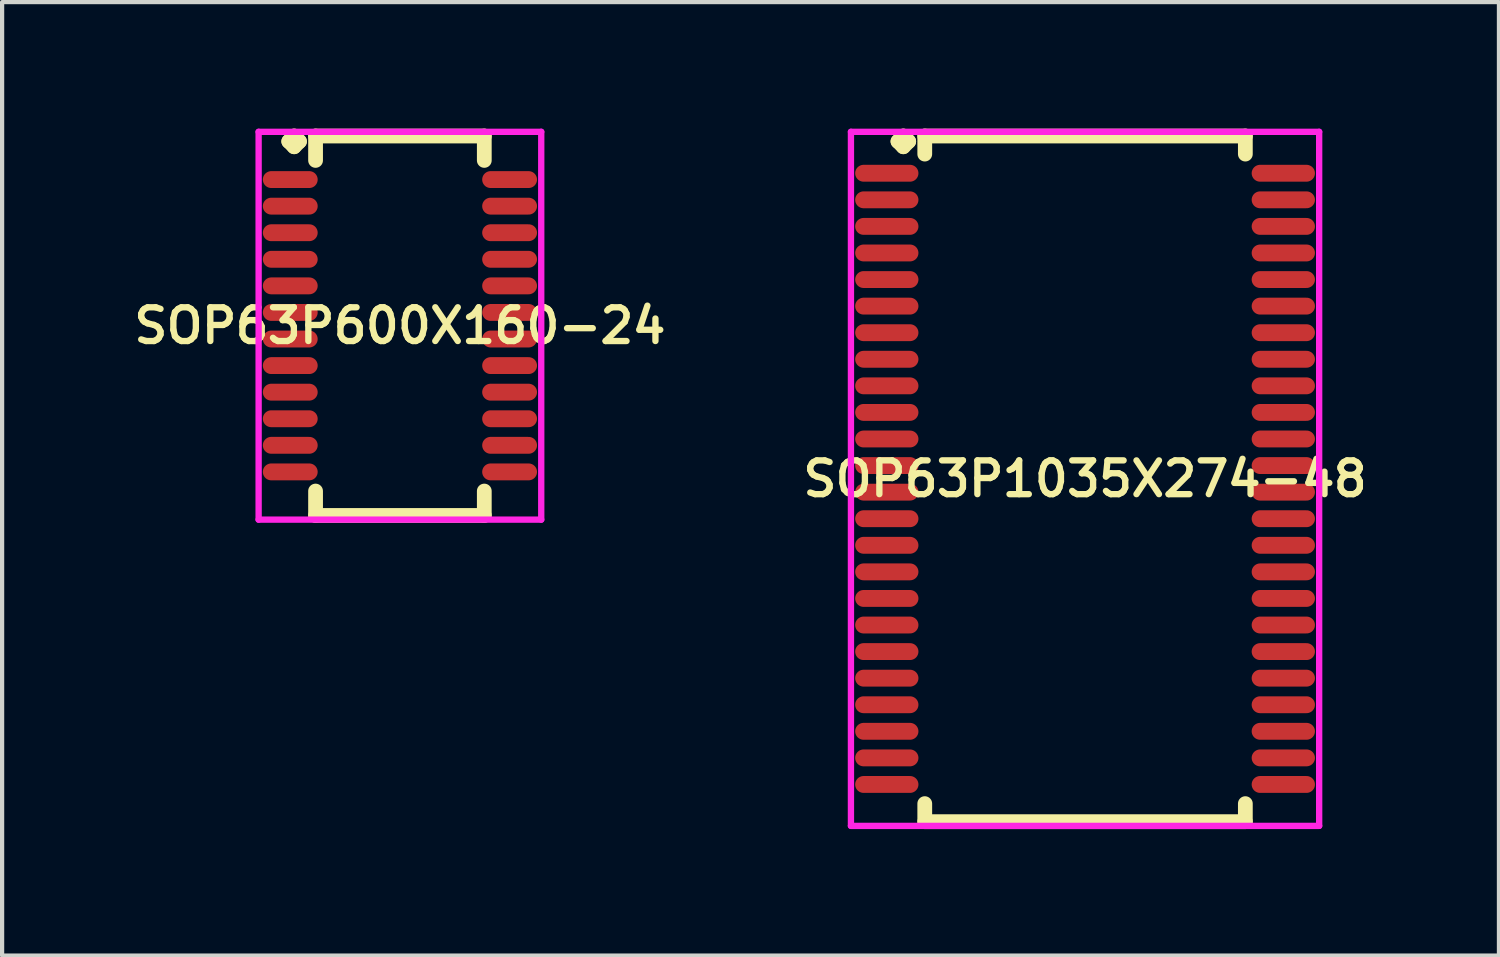
<source format=kicad_pcb>
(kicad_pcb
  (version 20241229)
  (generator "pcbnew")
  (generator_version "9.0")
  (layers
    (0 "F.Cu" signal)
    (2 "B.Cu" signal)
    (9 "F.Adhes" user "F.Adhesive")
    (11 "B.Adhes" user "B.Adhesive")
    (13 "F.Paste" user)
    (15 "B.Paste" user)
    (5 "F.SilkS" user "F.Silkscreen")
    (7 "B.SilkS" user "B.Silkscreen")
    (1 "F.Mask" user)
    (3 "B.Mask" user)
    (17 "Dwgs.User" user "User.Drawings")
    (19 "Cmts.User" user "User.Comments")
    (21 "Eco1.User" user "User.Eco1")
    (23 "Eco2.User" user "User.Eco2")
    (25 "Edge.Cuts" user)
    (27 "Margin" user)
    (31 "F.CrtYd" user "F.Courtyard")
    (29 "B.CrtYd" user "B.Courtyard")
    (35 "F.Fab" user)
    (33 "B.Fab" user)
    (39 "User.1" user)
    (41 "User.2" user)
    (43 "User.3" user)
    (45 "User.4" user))
  (footprint "SOP63P600X160-24"
    (layer "F.Cu")
    (at 6.431 4.672)
    (property "Reference" "SOP63P600X160-24" (at 0 0 0) (layer "F.SilkS") (effects (font (size 0.8 0.8) (thickness 0.15))))
    (attr smd)
    (fp_line (start -2.635 -4.37) (end -2.508 -4.497) (stroke (width 0.35) (type solid)) (layer "F.SilkS"))
    (fp_line (start -2.508 -4.497) (end -2.381 -4.37) (stroke (width 0.35) (type solid)) (layer "F.SilkS"))
    (fp_line (start -2.508 -4.243) (end -2.635 -4.37) (stroke (width 0.35) (type solid)) (layer "F.SilkS"))
    (fp_line (start -2.381 -4.37) (end -2.508 -4.243) (stroke (width 0.35) (type solid)) (layer "F.SilkS"))
    (fp_line (start -2 -4.497) (end 2 -4.497) (stroke (width 0.35) (type solid)) (layer "F.SilkS"))
    (fp_line (start -2 -3.919) (end -2 -4.497) (stroke (width 0.35) (type solid)) (layer "F.SilkS"))
    (fp_line (start -2 3.919) (end -2 4.497) (stroke (width 0.35) (type solid)) (layer "F.SilkS"))
    (fp_line (start -2 4.497) (end 2 4.497) (stroke (width 0.35) (type solid)) (layer "F.SilkS"))
    (fp_line (start 2 -4.497) (end 2 -3.919) (stroke (width 0.35) (type solid)) (layer "F.SilkS"))
    (fp_line (start 2 4.497) (end 2 3.919) (stroke (width 0.35) (type solid)) (layer "F.SilkS"))
    (fp_line (start -3.35 -4.597) (end 3.35 -4.597) (stroke (width 0.15) (type solid)) (layer "F.CrtYd"))
    (fp_line (start -3.35 4.597) (end -3.35 -4.597) (stroke (width 0.15) (type solid)) (layer "F.CrtYd"))
    (fp_line (start 3.35 -4.597) (end 3.35 4.597) (stroke (width 0.15) (type solid)) (layer "F.CrtYd"))
    (fp_line (start 3.35 4.597) (end -3.35 4.597) (stroke (width 0.15) (type solid)) (layer "F.CrtYd"))
    (pad "1" smd oval (at -2.6 -3.465) (size 1.3 0.4) (layers "F.Cu" "F.Mask" "F.Paste"))
    (pad "2" smd oval (at -2.6 -2.835) (size 1.3 0.4) (layers "F.Cu" "F.Mask" "F.Paste"))
    (pad "3" smd oval (at -2.6 -2.205) (size 1.3 0.4) (layers "F.Cu" "F.Mask" "F.Paste"))
    (pad "4" smd oval (at -2.6 -1.575) (size 1.3 0.4) (layers "F.Cu" "F.Mask" "F.Paste"))
    (pad "5" smd oval (at -2.6 -0.945) (size 1.3 0.4) (layers "F.Cu" "F.Mask" "F.Paste"))
    (pad "6" smd oval (at -2.6 -0.315) (size 1.3 0.4) (layers "F.Cu" "F.Mask" "F.Paste"))
    (pad "7" smd oval (at -2.6 0.315) (size 1.3 0.4) (layers "F.Cu" "F.Mask" "F.Paste"))
    (pad "8" smd oval (at -2.6 0.945) (size 1.3 0.4) (layers "F.Cu" "F.Mask" "F.Paste"))
    (pad "9" smd oval (at -2.6 1.575) (size 1.3 0.4) (layers "F.Cu" "F.Mask" "F.Paste"))
    (pad "10" smd oval (at -2.6 2.205) (size 1.3 0.4) (layers "F.Cu" "F.Mask" "F.Paste"))
    (pad "11" smd oval (at -2.6 2.835) (size 1.3 0.4) (layers "F.Cu" "F.Mask" "F.Paste"))
    (pad "12" smd oval (at -2.6 3.465) (size 1.3 0.4) (layers "F.Cu" "F.Mask" "F.Paste"))
    (pad "13" smd oval (at 2.6 3.465) (size 1.3 0.4) (layers "F.Cu" "F.Mask" "F.Paste"))
    (pad "14" smd oval (at 2.6 2.835) (size 1.3 0.4) (layers "F.Cu" "F.Mask" "F.Paste"))
    (pad "15" smd oval (at 2.6 2.205) (size 1.3 0.4) (layers "F.Cu" "F.Mask" "F.Paste"))
    (pad "16" smd oval (at 2.6 1.575) (size 1.3 0.4) (layers "F.Cu" "F.Mask" "F.Paste"))
    (pad "17" smd oval (at 2.6 0.945) (size 1.3 0.4) (layers "F.Cu" "F.Mask" "F.Paste"))
    (pad "18" smd oval (at 2.6 0.315) (size 1.3 0.4) (layers "F.Cu" "F.Mask" "F.Paste"))
    (pad "19" smd oval (at 2.6 -0.315) (size 1.3 0.4) (layers "F.Cu" "F.Mask" "F.Paste"))
    (pad "20" smd oval (at 2.6 -0.945) (size 1.3 0.4) (layers "F.Cu" "F.Mask" "F.Paste"))
    (pad "21" smd oval (at 2.6 -1.575) (size 1.3 0.4) (layers "F.Cu" "F.Mask" "F.Paste"))
    (pad "22" smd oval (at 2.6 -2.205) (size 1.3 0.4) (layers "F.Cu" "F.Mask" "F.Paste"))
    (pad "23" smd oval (at 2.6 -2.835) (size 1.3 0.4) (layers "F.Cu" "F.Mask" "F.Paste"))
    (pad "24" smd oval (at 2.6 -3.465) (size 1.3 0.4) (layers "F.Cu" "F.Mask" "F.Paste")))
  (footprint "SOP63P1035X274-48"
    (layer "F.Cu")
    (at 22.673 8.302)
    (property "Reference" "SOP63P1035X274-48" (at 0 0 0) (layer "F.SilkS") (effects (font (size 0.8 0.8) (thickness 0.15))))
    (attr through_hole)
    (fp_line (start -4.435 -8) (end -4.308 -8.127) (stroke (width 0.35) (type solid)) (layer "F.SilkS"))
    (fp_line (start -4.308 -8.127) (end -4.181 -8) (stroke (width 0.35) (type solid)) (layer "F.SilkS"))
    (fp_line (start -4.308 -7.873) (end -4.435 -8) (stroke (width 0.35) (type solid)) (layer "F.SilkS"))
    (fp_line (start -4.181 -8) (end -4.308 -7.873) (stroke (width 0.35) (type solid)) (layer "F.SilkS"))
    (fp_line (start -3.8 -8.127) (end 3.8 -8.127) (stroke (width 0.35) (type solid)) (layer "F.SilkS"))
    (fp_line (start -3.8 -7.699) (end -3.8 -8.127) (stroke (width 0.35) (type solid)) (layer "F.SilkS"))
    (fp_line (start -3.8 7.699) (end -3.8 8.127) (stroke (width 0.35) (type solid)) (layer "F.SilkS"))
    (fp_line (start -3.8 8.127) (end 3.8 8.127) (stroke (width 0.35) (type solid)) (layer "F.SilkS"))
    (fp_line (start 3.8 -8.127) (end 3.8 -7.699) (stroke (width 0.35) (type solid)) (layer "F.SilkS"))
    (fp_line (start 3.8 8.127) (end 3.8 7.699) (stroke (width 0.35) (type solid)) (layer "F.SilkS"))
    (fp_line (start -5.55 -8.227) (end 5.55 -8.227) (stroke (width 0.15) (type solid)) (layer "F.CrtYd"))
    (fp_line (start -5.55 8.227) (end -5.55 -8.227) (stroke (width 0.15) (type solid)) (layer "F.CrtYd"))
    (fp_line (start 5.55 -8.227) (end 5.55 8.227) (stroke (width 0.15) (type solid)) (layer "F.CrtYd"))
    (fp_line (start 5.55 8.227) (end -5.55 8.227) (stroke (width 0.15) (type solid)) (layer "F.CrtYd"))
    (pad "1" smd oval (at -4.7 -7.245) (size 1.5 0.4) (layers "F.Cu" "F.Mask" "F.Paste"))
    (pad "2" smd oval (at -4.7 -6.615) (size 1.5 0.4) (layers "F.Cu" "F.Mask" "F.Paste"))
    (pad "3" smd oval (at -4.7 -5.985) (size 1.5 0.4) (layers "F.Cu" "F.Mask" "F.Paste"))
    (pad "4" smd oval (at -4.7 -5.355) (size 1.5 0.4) (layers "F.Cu" "F.Mask" "F.Paste"))
    (pad "5" smd oval (at -4.7 -4.725) (size 1.5 0.4) (layers "F.Cu" "F.Mask" "F.Paste"))
    (pad "6" smd oval (at -4.7 -4.095) (size 1.5 0.4) (layers "F.Cu" "F.Mask" "F.Paste"))
    (pad "7" smd oval (at -4.7 -3.465) (size 1.5 0.4) (layers "F.Cu" "F.Mask" "F.Paste"))
    (pad "8" smd oval (at -4.7 -2.835) (size 1.5 0.4) (layers "F.Cu" "F.Mask" "F.Paste"))
    (pad "9" smd oval (at -4.7 -2.205) (size 1.5 0.4) (layers "F.Cu" "F.Mask" "F.Paste"))
    (pad "10" smd oval (at -4.7 -1.575) (size 1.5 0.4) (layers "F.Cu" "F.Mask" "F.Paste"))
    (pad "11" smd oval (at -4.7 -0.945) (size 1.5 0.4) (layers "F.Cu" "F.Mask" "F.Paste"))
    (pad "12" smd oval (at -4.7 -0.315) (size 1.5 0.4) (layers "F.Cu" "F.Mask" "F.Paste"))
    (pad "13" smd oval (at -4.7 0.315) (size 1.5 0.4) (layers "F.Cu" "F.Mask" "F.Paste"))
    (pad "14" smd oval (at -4.7 0.945) (size 1.5 0.4) (layers "F.Cu" "F.Mask" "F.Paste"))
    (pad "15" smd oval (at -4.7 1.575) (size 1.5 0.4) (layers "F.Cu" "F.Mask" "F.Paste"))
    (pad "16" smd oval (at -4.7 2.205) (size 1.5 0.4) (layers "F.Cu" "F.Mask" "F.Paste"))
    (pad "17" smd oval (at -4.7 2.835) (size 1.5 0.4) (layers "F.Cu" "F.Mask" "F.Paste"))
    (pad "18" smd oval (at -4.7 3.465) (size 1.5 0.4) (layers "F.Cu" "F.Mask" "F.Paste"))
    (pad "19" smd oval (at -4.7 4.095) (size 1.5 0.4) (layers "F.Cu" "F.Mask" "F.Paste"))
    (pad "20" smd oval (at -4.7 4.725) (size 1.5 0.4) (layers "F.Cu" "F.Mask" "F.Paste"))
    (pad "21" smd oval (at -4.7 5.355) (size 1.5 0.4) (layers "F.Cu" "F.Mask" "F.Paste"))
    (pad "22" smd oval (at -4.7 5.985) (size 1.5 0.4) (layers "F.Cu" "F.Mask" "F.Paste"))
    (pad "23" smd oval (at -4.7 6.615) (size 1.5 0.4) (layers "F.Cu" "F.Mask" "F.Paste"))
    (pad "24" smd oval (at -4.7 7.245) (size 1.5 0.4) (layers "F.Cu" "F.Mask" "F.Paste"))
    (pad "25" smd oval (at 4.7 7.245) (size 1.5 0.4) (layers "F.Cu" "F.Mask" "F.Paste"))
    (pad "26" smd oval (at 4.7 6.615) (size 1.5 0.4) (layers "F.Cu" "F.Mask" "F.Paste"))
    (pad "27" smd oval (at 4.7 5.985) (size 1.5 0.4) (layers "F.Cu" "F.Mask" "F.Paste"))
    (pad "28" smd oval (at 4.7 5.355) (size 1.5 0.4) (layers "F.Cu" "F.Mask" "F.Paste"))
    (pad "29" smd oval (at 4.7 4.725) (size 1.5 0.4) (layers "F.Cu" "F.Mask" "F.Paste"))
    (pad "30" smd oval (at 4.7 4.095) (size 1.5 0.4) (layers "F.Cu" "F.Mask" "F.Paste"))
    (pad "31" smd oval (at 4.7 3.465) (size 1.5 0.4) (layers "F.Cu" "F.Mask" "F.Paste"))
    (pad "32" smd oval (at 4.7 2.835) (size 1.5 0.4) (layers "F.Cu" "F.Mask" "F.Paste"))
    (pad "33" smd oval (at 4.7 2.205) (size 1.5 0.4) (layers "F.Cu" "F.Mask" "F.Paste"))
    (pad "34" smd oval (at 4.7 1.575) (size 1.5 0.4) (layers "F.Cu" "F.Mask" "F.Paste"))
    (pad "35" smd oval (at 4.7 0.945) (size 1.5 0.4) (layers "F.Cu" "F.Mask" "F.Paste"))
    (pad "36" smd oval (at 4.7 0.315) (size 1.5 0.4) (layers "F.Cu" "F.Mask" "F.Paste"))
    (pad "37" smd oval (at 4.7 -0.315) (size 1.5 0.4) (layers "F.Cu" "F.Mask" "F.Paste"))
    (pad "38" smd oval (at 4.7 -0.945) (size 1.5 0.4) (layers "F.Cu" "F.Mask" "F.Paste"))
    (pad "39" smd oval (at 4.7 -1.575) (size 1.5 0.4) (layers "F.Cu" "F.Mask" "F.Paste"))
    (pad "40" smd oval (at 4.7 -2.205) (size 1.5 0.4) (layers "F.Cu" "F.Mask" "F.Paste"))
    (pad "41" smd oval (at 4.7 -2.835) (size 1.5 0.4) (layers "F.Cu" "F.Mask" "F.Paste"))
    (pad "42" smd oval (at 4.7 -3.465) (size 1.5 0.4) (layers "F.Cu" "F.Mask" "F.Paste"))
    (pad "43" smd oval (at 4.7 -4.095) (size 1.5 0.4) (layers "F.Cu" "F.Mask" "F.Paste"))
    (pad "44" smd oval (at 4.7 -4.725) (size 1.5 0.4) (layers "F.Cu" "F.Mask" "F.Paste"))
    (pad "45" smd oval (at 4.7 -5.355) (size 1.5 0.4) (layers "F.Cu" "F.Mask" "F.Paste"))
    (pad "46" smd oval (at 4.7 -5.985) (size 1.5 0.4) (layers "F.Cu" "F.Mask" "F.Paste"))
    (pad "47" smd oval (at 4.7 -6.615) (size 1.5 0.4) (layers "F.Cu" "F.Mask" "F.Paste"))
    (pad "48" smd oval (at 4.7 -7.245) (size 1.5 0.4) (layers "F.Cu" "F.Mask" "F.Paste")))
  (gr_rect
    (start -3 -3)
    (end 32.485 19.604)
    (stroke (width 0.1) (type default))
    (fill no)
    (layer "Edge.Cuts")))
</source>
